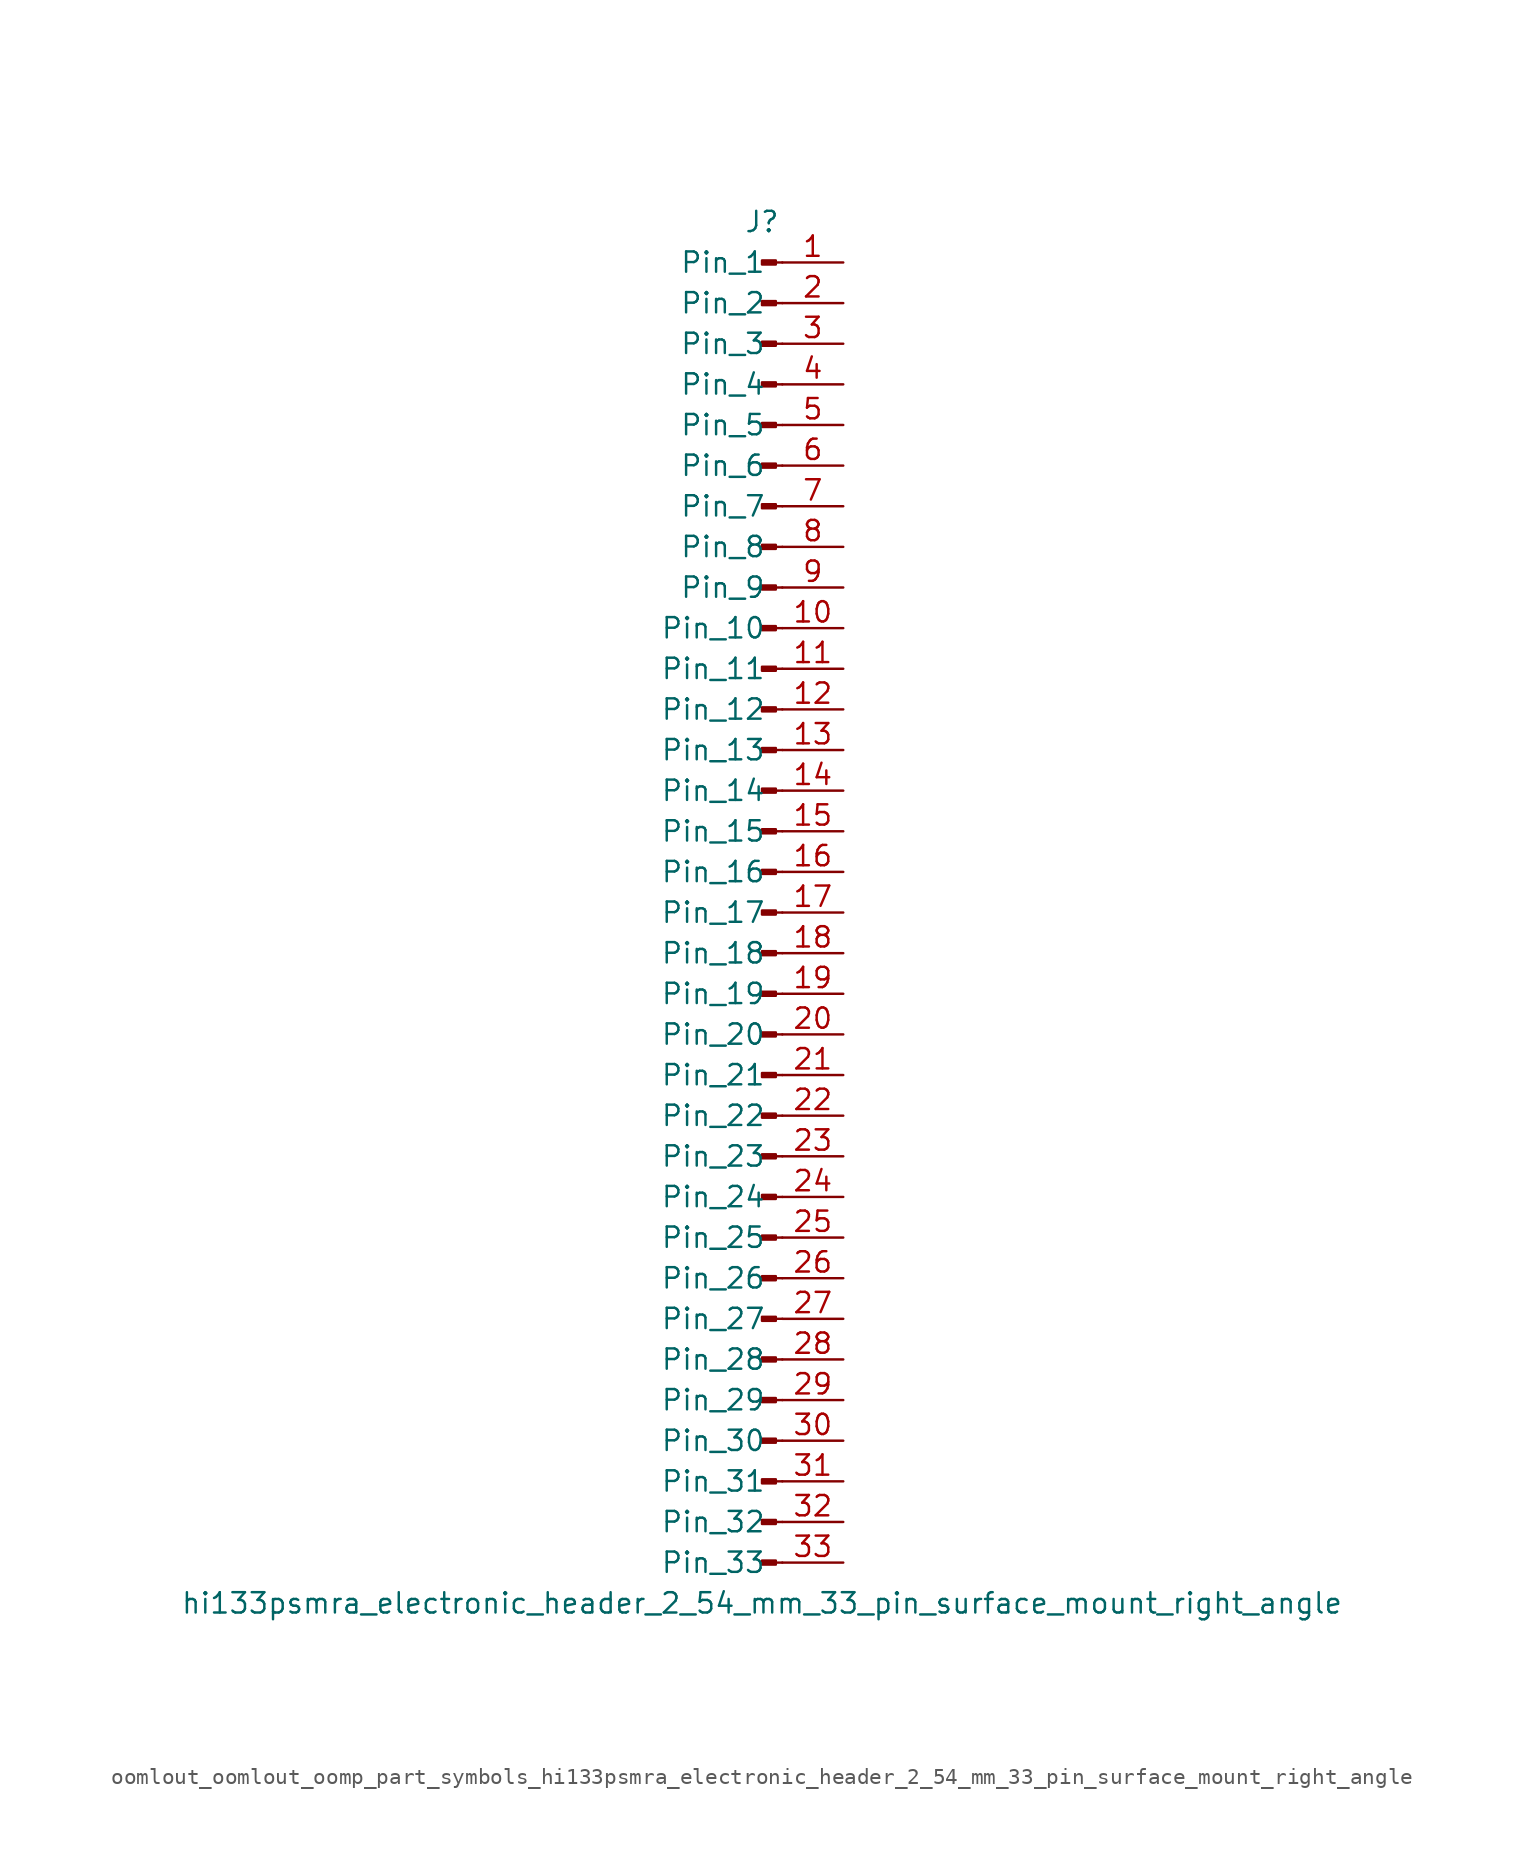
<source format=kicad_sym>
(kicad_symbol_lib
  (version 20220914)
  (generator kicad_symbol_editor)
  (symbol "oomlout_oomlout_oomp_part_symbols_hi133psmra_electronic_header_2_54_mm_33_pin_surface_mount_right_angle"
    (pin_names
      (offset 1.016))
    (property "Reference" "J"
      (at 0 43.18 0)
      (effects (font (size 1.27 1.27))))
    (property "Value" "hi133psmra_electronic_header_2_54_mm_33_pin_surface_mount_right_angle"
      (at 0 -43.18 0)
      (effects (font (size 1.27 1.27))))
    (property "ki_locked" ""
      (at 0 0 0)
      (effects (font (size 1.27 1.27))))
    (symbol "oomlout_oomlout_oomp_part_symbols_hi133psmra_electronic_header_2_54_mm_33_pin_surface_mount_right_angle_1_1"
      (polyline (pts (xy 1.27 -40.64) (xy 0.864 -40.64)) (stroke (width 0.152) (type default)) (fill (type none)))
      (polyline (pts (xy 1.27 -38.1) (xy 0.864 -38.1)) (stroke (width 0.152) (type default)) (fill (type none)))
      (polyline (pts (xy 1.27 -35.56) (xy 0.864 -35.56)) (stroke (width 0.152) (type default)) (fill (type none)))
      (polyline (pts (xy 1.27 -33.02) (xy 0.864 -33.02)) (stroke (width 0.152) (type default)) (fill (type none)))
      (polyline (pts (xy 1.27 -30.48) (xy 0.864 -30.48)) (stroke (width 0.152) (type default)) (fill (type none)))
      (polyline (pts (xy 1.27 -27.94) (xy 0.864 -27.94)) (stroke (width 0.152) (type default)) (fill (type none)))
      (polyline (pts (xy 1.27 -25.4) (xy 0.864 -25.4)) (stroke (width 0.152) (type default)) (fill (type none)))
      (polyline (pts (xy 1.27 -22.86) (xy 0.864 -22.86)) (stroke (width 0.152) (type default)) (fill (type none)))
      (polyline (pts (xy 1.27 -20.32) (xy 0.864 -20.32)) (stroke (width 0.152) (type default)) (fill (type none)))
      (polyline (pts (xy 1.27 -17.78) (xy 0.864 -17.78)) (stroke (width 0.152) (type default)) (fill (type none)))
      (polyline (pts (xy 1.27 -15.24) (xy 0.864 -15.24)) (stroke (width 0.152) (type default)) (fill (type none)))
      (polyline (pts (xy 1.27 -12.7) (xy 0.864 -12.7)) (stroke (width 0.152) (type default)) (fill (type none)))
      (polyline (pts (xy 1.27 -10.16) (xy 0.864 -10.16)) (stroke (width 0.152) (type default)) (fill (type none)))
      (polyline (pts (xy 1.27 -7.62) (xy 0.864 -7.62)) (stroke (width 0.152) (type default)) (fill (type none)))
      (polyline (pts (xy 1.27 -5.08) (xy 0.864 -5.08)) (stroke (width 0.152) (type default)) (fill (type none)))
      (polyline (pts (xy 1.27 -2.54) (xy 0.864 -2.54)) (stroke (width 0.152) (type default)) (fill (type none)))
      (polyline (pts (xy 1.27 0) (xy 0.864 0)) (stroke (width 0.152) (type default)) (fill (type none)))
      (polyline (pts (xy 1.27 2.54) (xy 0.864 2.54)) (stroke (width 0.152) (type default)) (fill (type none)))
      (polyline (pts (xy 1.27 5.08) (xy 0.864 5.08)) (stroke (width 0.152) (type default)) (fill (type none)))
      (polyline (pts (xy 1.27 7.62) (xy 0.864 7.62)) (stroke (width 0.152) (type default)) (fill (type none)))
      (polyline (pts (xy 1.27 10.16) (xy 0.864 10.16)) (stroke (width 0.152) (type default)) (fill (type none)))
      (polyline (pts (xy 1.27 12.7) (xy 0.864 12.7)) (stroke (width 0.152) (type default)) (fill (type none)))
      (polyline (pts (xy 1.27 15.24) (xy 0.864 15.24)) (stroke (width 0.152) (type default)) (fill (type none)))
      (polyline (pts (xy 1.27 17.78) (xy 0.864 17.78)) (stroke (width 0.152) (type default)) (fill (type none)))
      (polyline (pts (xy 1.27 20.32) (xy 0.864 20.32)) (stroke (width 0.152) (type default)) (fill (type none)))
      (polyline (pts (xy 1.27 22.86) (xy 0.864 22.86)) (stroke (width 0.152) (type default)) (fill (type none)))
      (polyline (pts (xy 1.27 25.4) (xy 0.864 25.4)) (stroke (width 0.152) (type default)) (fill (type none)))
      (polyline (pts (xy 1.27 27.94) (xy 0.864 27.94)) (stroke (width 0.152) (type default)) (fill (type none)))
      (polyline (pts (xy 1.27 30.48) (xy 0.864 30.48)) (stroke (width 0.152) (type default)) (fill (type none)))
      (polyline (pts (xy 1.27 33.02) (xy 0.864 33.02)) (stroke (width 0.152) (type default)) (fill (type none)))
      (polyline (pts (xy 1.27 35.56) (xy 0.864 35.56)) (stroke (width 0.152) (type default)) (fill (type none)))
      (polyline (pts (xy 1.27 38.1) (xy 0.864 38.1)) (stroke (width 0.152) (type default)) (fill (type none)))
      (polyline (pts (xy 1.27 40.64) (xy 0.864 40.64)) (stroke (width 0.152) (type default)) (fill (type none)))
      (rectangle (start 0.864 -40.513) (end 0 -40.767) (stroke (width 0.152) (type default)) (fill (type outline)))
      (rectangle (start 0.864 -37.973) (end 0 -38.227) (stroke (width 0.152) (type default)) (fill (type outline)))
      (rectangle (start 0.864 -35.433) (end 0 -35.687) (stroke (width 0.152) (type default)) (fill (type outline)))
      (rectangle (start 0.864 -32.893) (end 0 -33.147) (stroke (width 0.152) (type default)) (fill (type outline)))
      (rectangle (start 0.864 -30.353) (end 0 -30.607) (stroke (width 0.152) (type default)) (fill (type outline)))
      (rectangle (start 0.864 -27.813) (end 0 -28.067) (stroke (width 0.152) (type default)) (fill (type outline)))
      (rectangle (start 0.864 -25.273) (end 0 -25.527) (stroke (width 0.152) (type default)) (fill (type outline)))
      (rectangle (start 0.864 -22.733) (end 0 -22.987) (stroke (width 0.152) (type default)) (fill (type outline)))
      (rectangle (start 0.864 -20.193) (end 0 -20.447) (stroke (width 0.152) (type default)) (fill (type outline)))
      (rectangle (start 0.864 -17.653) (end 0 -17.907) (stroke (width 0.152) (type default)) (fill (type outline)))
      (rectangle (start 0.864 -15.113) (end 0 -15.367) (stroke (width 0.152) (type default)) (fill (type outline)))
      (rectangle (start 0.864 -12.573) (end 0 -12.827) (stroke (width 0.152) (type default)) (fill (type outline)))
      (rectangle (start 0.864 -10.033) (end 0 -10.287) (stroke (width 0.152) (type default)) (fill (type outline)))
      (rectangle (start 0.864 -7.493) (end 0 -7.747) (stroke (width 0.152) (type default)) (fill (type outline)))
      (rectangle (start 0.864 -4.953) (end 0 -5.207) (stroke (width 0.152) (type default)) (fill (type outline)))
      (rectangle (start 0.864 -2.413) (end 0 -2.667) (stroke (width 0.152) (type default)) (fill (type outline)))
      (rectangle (start 0.864 0.127) (end 0 -0.127) (stroke (width 0.152) (type default)) (fill (type outline)))
      (rectangle (start 0.864 2.667) (end 0 2.413) (stroke (width 0.152) (type default)) (fill (type outline)))
      (rectangle (start 0.864 5.207) (end 0 4.953) (stroke (width 0.152) (type default)) (fill (type outline)))
      (rectangle (start 0.864 7.747) (end 0 7.493) (stroke (width 0.152) (type default)) (fill (type outline)))
      (rectangle (start 0.864 10.287) (end 0 10.033) (stroke (width 0.152) (type default)) (fill (type outline)))
      (rectangle (start 0.864 12.827) (end 0 12.573) (stroke (width 0.152) (type default)) (fill (type outline)))
      (rectangle (start 0.864 15.367) (end 0 15.113) (stroke (width 0.152) (type default)) (fill (type outline)))
      (rectangle (start 0.864 17.907) (end 0 17.653) (stroke (width 0.152) (type default)) (fill (type outline)))
      (rectangle (start 0.864 20.447) (end 0 20.193) (stroke (width 0.152) (type default)) (fill (type outline)))
      (rectangle (start 0.864 22.987) (end 0 22.733) (stroke (width 0.152) (type default)) (fill (type outline)))
      (rectangle (start 0.864 25.527) (end 0 25.273) (stroke (width 0.152) (type default)) (fill (type outline)))
      (rectangle (start 0.864 28.067) (end 0 27.813) (stroke (width 0.152) (type default)) (fill (type outline)))
      (rectangle (start 0.864 30.607) (end 0 30.353) (stroke (width 0.152) (type default)) (fill (type outline)))
      (rectangle (start 0.864 33.147) (end 0 32.893) (stroke (width 0.152) (type default)) (fill (type outline)))
      (rectangle (start 0.864 35.687) (end 0 35.433) (stroke (width 0.152) (type default)) (fill (type outline)))
      (rectangle (start 0.864 38.227) (end 0 37.973) (stroke (width 0.152) (type default)) (fill (type outline)))
      (rectangle (start 0.864 40.767) (end 0 40.513) (stroke (width 0.152) (type default)) (fill (type outline)))
      (pin passive line (at 5.08 40.64 180) (length 3.81) (name "Pin_1" (effects (font (size 1.27 1.27)))) (number "1" (effects (font (size 1.27 1.27)))))
      (pin passive line (at 5.08 17.78 180) (length 3.81) (name "Pin_10" (effects (font (size 1.27 1.27)))) (number "10" (effects (font (size 1.27 1.27)))))
      (pin passive line (at 5.08 15.24 180) (length 3.81) (name "Pin_11" (effects (font (size 1.27 1.27)))) (number "11" (effects (font (size 1.27 1.27)))))
      (pin passive line (at 5.08 12.7 180) (length 3.81) (name "Pin_12" (effects (font (size 1.27 1.27)))) (number "12" (effects (font (size 1.27 1.27)))))
      (pin passive line (at 5.08 10.16 180) (length 3.81) (name "Pin_13" (effects (font (size 1.27 1.27)))) (number "13" (effects (font (size 1.27 1.27)))))
      (pin passive line (at 5.08 7.62 180) (length 3.81) (name "Pin_14" (effects (font (size 1.27 1.27)))) (number "14" (effects (font (size 1.27 1.27)))))
      (pin passive line (at 5.08 5.08 180) (length 3.81) (name "Pin_15" (effects (font (size 1.27 1.27)))) (number "15" (effects (font (size 1.27 1.27)))))
      (pin passive line (at 5.08 2.54 180) (length 3.81) (name "Pin_16" (effects (font (size 1.27 1.27)))) (number "16" (effects (font (size 1.27 1.27)))))
      (pin passive line (at 5.08 0 180) (length 3.81) (name "Pin_17" (effects (font (size 1.27 1.27)))) (number "17" (effects (font (size 1.27 1.27)))))
      (pin passive line (at 5.08 -2.54 180) (length 3.81) (name "Pin_18" (effects (font (size 1.27 1.27)))) (number "18" (effects (font (size 1.27 1.27)))))
      (pin passive line (at 5.08 -5.08 180) (length 3.81) (name "Pin_19" (effects (font (size 1.27 1.27)))) (number "19" (effects (font (size 1.27 1.27)))))
      (pin passive line (at 5.08 38.1 180) (length 3.81) (name "Pin_2" (effects (font (size 1.27 1.27)))) (number "2" (effects (font (size 1.27 1.27)))))
      (pin passive line (at 5.08 -7.62 180) (length 3.81) (name "Pin_20" (effects (font (size 1.27 1.27)))) (number "20" (effects (font (size 1.27 1.27)))))
      (pin passive line (at 5.08 -10.16 180) (length 3.81) (name "Pin_21" (effects (font (size 1.27 1.27)))) (number "21" (effects (font (size 1.27 1.27)))))
      (pin passive line (at 5.08 -12.7 180) (length 3.81) (name "Pin_22" (effects (font (size 1.27 1.27)))) (number "22" (effects (font (size 1.27 1.27)))))
      (pin passive line (at 5.08 -15.24 180) (length 3.81) (name "Pin_23" (effects (font (size 1.27 1.27)))) (number "23" (effects (font (size 1.27 1.27)))))
      (pin passive line (at 5.08 -17.78 180) (length 3.81) (name "Pin_24" (effects (font (size 1.27 1.27)))) (number "24" (effects (font (size 1.27 1.27)))))
      (pin passive line (at 5.08 -20.32 180) (length 3.81) (name "Pin_25" (effects (font (size 1.27 1.27)))) (number "25" (effects (font (size 1.27 1.27)))))
      (pin passive line (at 5.08 -22.86 180) (length 3.81) (name "Pin_26" (effects (font (size 1.27 1.27)))) (number "26" (effects (font (size 1.27 1.27)))))
      (pin passive line (at 5.08 -25.4 180) (length 3.81) (name "Pin_27" (effects (font (size 1.27 1.27)))) (number "27" (effects (font (size 1.27 1.27)))))
      (pin passive line (at 5.08 -27.94 180) (length 3.81) (name "Pin_28" (effects (font (size 1.27 1.27)))) (number "28" (effects (font (size 1.27 1.27)))))
      (pin passive line (at 5.08 -30.48 180) (length 3.81) (name "Pin_29" (effects (font (size 1.27 1.27)))) (number "29" (effects (font (size 1.27 1.27)))))
      (pin passive line (at 5.08 35.56 180) (length 3.81) (name "Pin_3" (effects (font (size 1.27 1.27)))) (number "3" (effects (font (size 1.27 1.27)))))
      (pin passive line (at 5.08 -33.02 180) (length 3.81) (name "Pin_30" (effects (font (size 1.27 1.27)))) (number "30" (effects (font (size 1.27 1.27)))))
      (pin passive line (at 5.08 -35.56 180) (length 3.81) (name "Pin_31" (effects (font (size 1.27 1.27)))) (number "31" (effects (font (size 1.27 1.27)))))
      (pin passive line (at 5.08 -38.1 180) (length 3.81) (name "Pin_32" (effects (font (size 1.27 1.27)))) (number "32" (effects (font (size 1.27 1.27)))))
      (pin passive line (at 5.08 -40.64 180) (length 3.81) (name "Pin_33" (effects (font (size 1.27 1.27)))) (number "33" (effects (font (size 1.27 1.27)))))
      (pin passive line (at 5.08 33.02 180) (length 3.81) (name "Pin_4" (effects (font (size 1.27 1.27)))) (number "4" (effects (font (size 1.27 1.27)))))
      (pin passive line (at 5.08 30.48 180) (length 3.81) (name "Pin_5" (effects (font (size 1.27 1.27)))) (number "5" (effects (font (size 1.27 1.27)))))
      (pin passive line (at 5.08 27.94 180) (length 3.81) (name "Pin_6" (effects (font (size 1.27 1.27)))) (number "6" (effects (font (size 1.27 1.27)))))
      (pin passive line (at 5.08 25.4 180) (length 3.81) (name "Pin_7" (effects (font (size 1.27 1.27)))) (number "7" (effects (font (size 1.27 1.27)))))
      (pin passive line (at 5.08 22.86 180) (length 3.81) (name "Pin_8" (effects (font (size 1.27 1.27)))) (number "8" (effects (font (size 1.27 1.27)))))
      (pin passive line (at 5.08 20.32 180) (length 3.81) (name "Pin_9" (effects (font (size 1.27 1.27)))) (number "9" (effects (font (size 1.27 1.27))))))))
</source>
